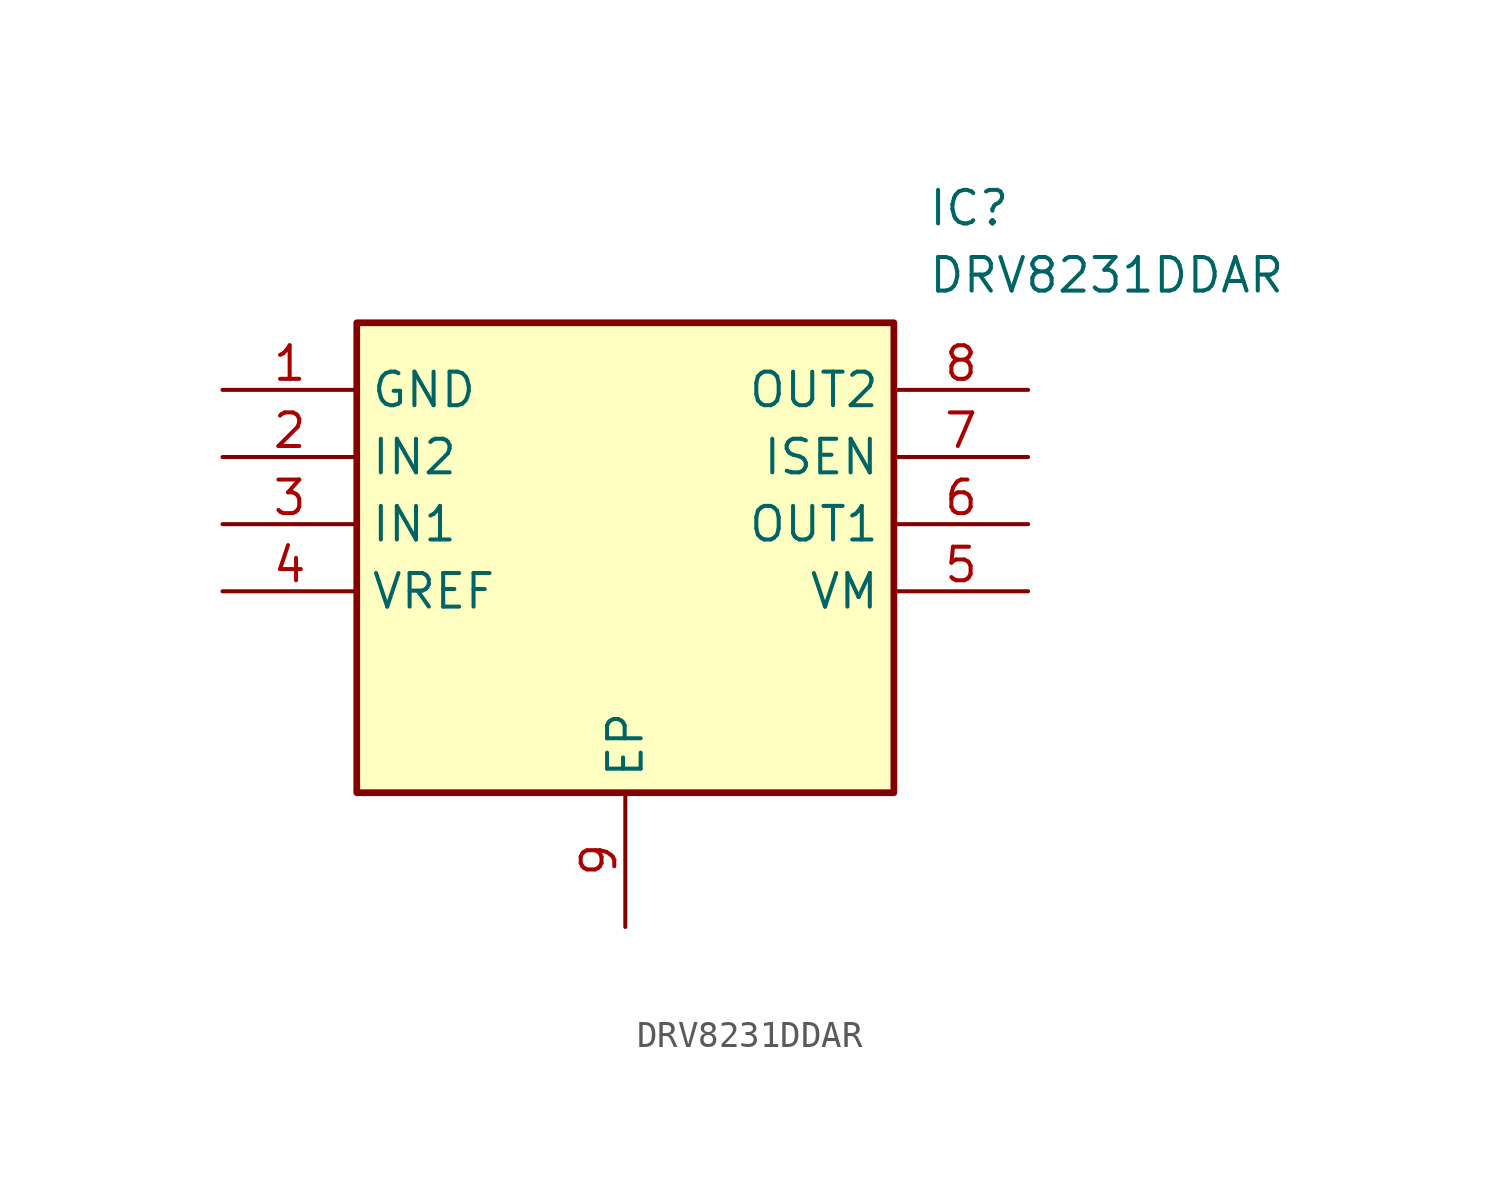
<source format=kicad_sym>
(kicad_symbol_lib
  (version 20241209)
  (generator "kicad_symbol_editor")
  (generator_version "9.0")
  (symbol "DRV8231DDAR"
    (property "Reference" "IC"
      (at 26.67 7.62 0)
      (effects (font (size 1.27 1.27)) (justify left top)))
    (property "Value" "DRV8231DDAR"
      (at 26.67 5.08 0)
      (effects (font (size 1.27 1.27)) (justify left top)))
    (symbol "DRV8231DDAR_1_1"
      (rectangle (start 5.08 2.54) (end 25.4 -15.24) (stroke (width 0.254) (type default)) (fill (type background)))
      (pin passive line (at 0 0 0) (length 5.08) (name "GND" (effects (font (size 1.27 1.27)))) (number "1" (effects (font (size 1.27 1.27)))))
      (pin passive line (at 0 -2.54 0) (length 5.08) (name "IN2" (effects (font (size 1.27 1.27)))) (number "2" (effects (font (size 1.27 1.27)))))
      (pin passive line (at 0 -5.08 0) (length 5.08) (name "IN1" (effects (font (size 1.27 1.27)))) (number "3" (effects (font (size 1.27 1.27)))))
      (pin passive line (at 0 -7.62 0) (length 5.08) (name "VREF" (effects (font (size 1.27 1.27)))) (number "4" (effects (font (size 1.27 1.27)))))
      (pin passive line (at 15.24 -20.32 90) (length 5.08) (name "EP" (effects (font (size 1.27 1.27)))) (number "9" (effects (font (size 1.27 1.27)))))
      (pin passive line (at 30.48 0 180) (length 5.08) (name "OUT2" (effects (font (size 1.27 1.27)))) (number "8" (effects (font (size 1.27 1.27)))))
      (pin passive line (at 30.48 -2.54 180) (length 5.08) (name "ISEN" (effects (font (size 1.27 1.27)))) (number "7" (effects (font (size 1.27 1.27)))))
      (pin passive line (at 30.48 -5.08 180) (length 5.08) (name "OUT1" (effects (font (size 1.27 1.27)))) (number "6" (effects (font (size 1.27 1.27)))))
      (pin passive line (at 30.48 -7.62 180) (length 5.08) (name "VM" (effects (font (size 1.27 1.27)))) (number "5" (effects (font (size 1.27 1.27))))))))
</source>
